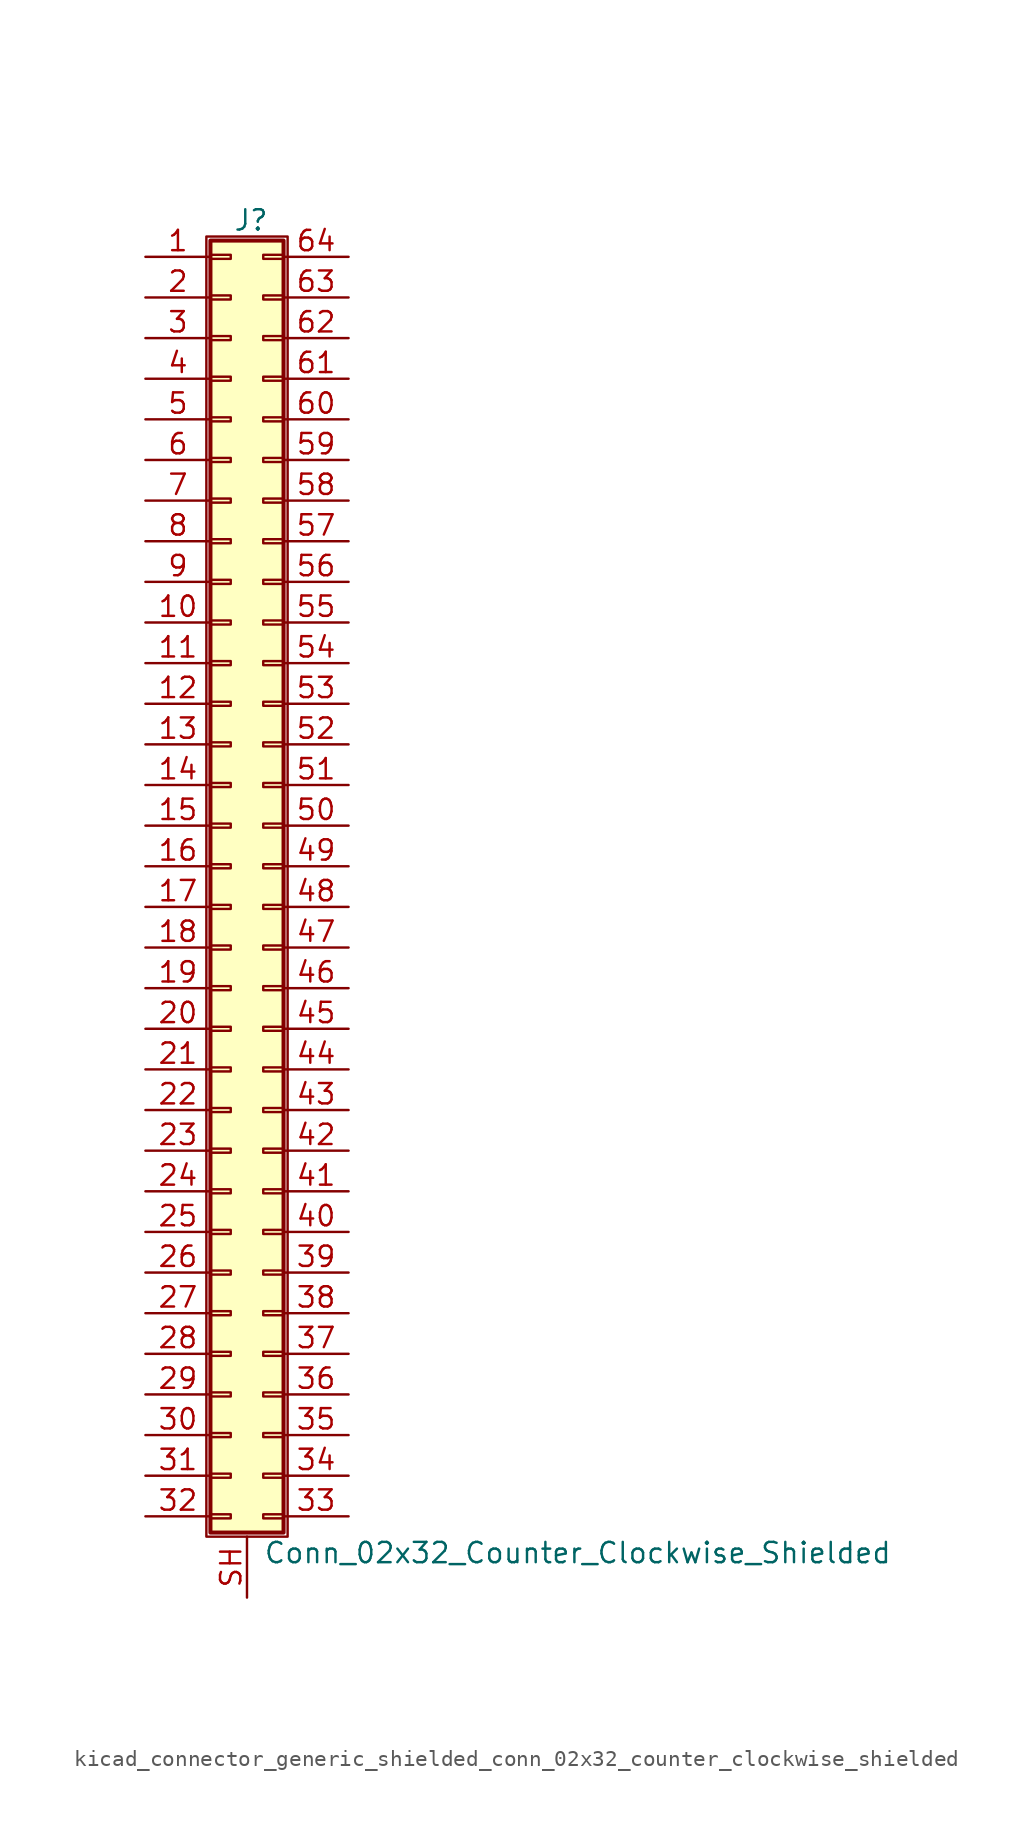
<source format=kicad_sym>
(kicad_symbol_lib
  (version 20220914)
  (generator kicad_symbol_editor)
  (symbol "kicad_connector_generic_shielded_conn_02x32_counter_clockwise_shielded"
    (pin_names
      (offset 1.016) hide)
    (property "Reference" "J"
      (at 1.524 40.386 0)
      (effects (font (size 1.27 1.27))))
    (property "Value" "Conn_02x32_Counter_Clockwise_Shielded"
      (at 2.286 -42.926 0)
      (effects (font (size 1.27 1.27)) (justify left)))
    (symbol "kicad_connector_generic_shielded_conn_02x32_counter_clockwise_shielded_1_1"
      (rectangle (start -1.27 39.37) (end 3.81 -41.91) (stroke (width 0.152) (type default)) (fill (type none)))
      (rectangle (start -1.016 -40.513) (end 0.254 -40.767) (stroke (width 0.152) (type default)) (fill (type none)))
      (rectangle (start -1.016 -37.973) (end 0.254 -38.227) (stroke (width 0.152) (type default)) (fill (type none)))
      (rectangle (start -1.016 -35.433) (end 0.254 -35.687) (stroke (width 0.152) (type default)) (fill (type none)))
      (rectangle (start -1.016 -32.893) (end 0.254 -33.147) (stroke (width 0.152) (type default)) (fill (type none)))
      (rectangle (start -1.016 -30.353) (end 0.254 -30.607) (stroke (width 0.152) (type default)) (fill (type none)))
      (rectangle (start -1.016 -27.813) (end 0.254 -28.067) (stroke (width 0.152) (type default)) (fill (type none)))
      (rectangle (start -1.016 -25.273) (end 0.254 -25.527) (stroke (width 0.152) (type default)) (fill (type none)))
      (rectangle (start -1.016 -22.733) (end 0.254 -22.987) (stroke (width 0.152) (type default)) (fill (type none)))
      (rectangle (start -1.016 -20.193) (end 0.254 -20.447) (stroke (width 0.152) (type default)) (fill (type none)))
      (rectangle (start -1.016 -17.653) (end 0.254 -17.907) (stroke (width 0.152) (type default)) (fill (type none)))
      (rectangle (start -1.016 -15.113) (end 0.254 -15.367) (stroke (width 0.152) (type default)) (fill (type none)))
      (rectangle (start -1.016 -12.573) (end 0.254 -12.827) (stroke (width 0.152) (type default)) (fill (type none)))
      (rectangle (start -1.016 -10.033) (end 0.254 -10.287) (stroke (width 0.152) (type default)) (fill (type none)))
      (rectangle (start -1.016 -7.493) (end 0.254 -7.747) (stroke (width 0.152) (type default)) (fill (type none)))
      (rectangle (start -1.016 -4.953) (end 0.254 -5.207) (stroke (width 0.152) (type default)) (fill (type none)))
      (rectangle (start -1.016 -2.413) (end 0.254 -2.667) (stroke (width 0.152) (type default)) (fill (type none)))
      (rectangle (start -1.016 0.127) (end 0.254 -0.127) (stroke (width 0.152) (type default)) (fill (type none)))
      (rectangle (start -1.016 2.667) (end 0.254 2.413) (stroke (width 0.152) (type default)) (fill (type none)))
      (rectangle (start -1.016 5.207) (end 0.254 4.953) (stroke (width 0.152) (type default)) (fill (type none)))
      (rectangle (start -1.016 7.747) (end 0.254 7.493) (stroke (width 0.152) (type default)) (fill (type none)))
      (rectangle (start -1.016 10.287) (end 0.254 10.033) (stroke (width 0.152) (type default)) (fill (type none)))
      (rectangle (start -1.016 12.827) (end 0.254 12.573) (stroke (width 0.152) (type default)) (fill (type none)))
      (rectangle (start -1.016 15.367) (end 0.254 15.113) (stroke (width 0.152) (type default)) (fill (type none)))
      (rectangle (start -1.016 17.907) (end 0.254 17.653) (stroke (width 0.152) (type default)) (fill (type none)))
      (rectangle (start -1.016 20.447) (end 0.254 20.193) (stroke (width 0.152) (type default)) (fill (type none)))
      (rectangle (start -1.016 22.987) (end 0.254 22.733) (stroke (width 0.152) (type default)) (fill (type none)))
      (rectangle (start -1.016 25.527) (end 0.254 25.273) (stroke (width 0.152) (type default)) (fill (type none)))
      (rectangle (start -1.016 28.067) (end 0.254 27.813) (stroke (width 0.152) (type default)) (fill (type none)))
      (rectangle (start -1.016 30.607) (end 0.254 30.353) (stroke (width 0.152) (type default)) (fill (type none)))
      (rectangle (start -1.016 33.147) (end 0.254 32.893) (stroke (width 0.152) (type default)) (fill (type none)))
      (rectangle (start -1.016 35.687) (end 0.254 35.433) (stroke (width 0.152) (type default)) (fill (type none)))
      (rectangle (start -1.016 38.227) (end 0.254 37.973) (stroke (width 0.152) (type default)) (fill (type none)))
      (rectangle (start -1.016 39.116) (end 3.556 -41.656) (stroke (width 0.254) (type default)) (fill (type background)))
      (rectangle (start 3.556 -40.513) (end 2.286 -40.767) (stroke (width 0.152) (type default)) (fill (type none)))
      (rectangle (start 3.556 -37.973) (end 2.286 -38.227) (stroke (width 0.152) (type default)) (fill (type none)))
      (rectangle (start 3.556 -35.433) (end 2.286 -35.687) (stroke (width 0.152) (type default)) (fill (type none)))
      (rectangle (start 3.556 -32.893) (end 2.286 -33.147) (stroke (width 0.152) (type default)) (fill (type none)))
      (rectangle (start 3.556 -30.353) (end 2.286 -30.607) (stroke (width 0.152) (type default)) (fill (type none)))
      (rectangle (start 3.556 -27.813) (end 2.286 -28.067) (stroke (width 0.152) (type default)) (fill (type none)))
      (rectangle (start 3.556 -25.273) (end 2.286 -25.527) (stroke (width 0.152) (type default)) (fill (type none)))
      (rectangle (start 3.556 -22.733) (end 2.286 -22.987) (stroke (width 0.152) (type default)) (fill (type none)))
      (rectangle (start 3.556 -20.193) (end 2.286 -20.447) (stroke (width 0.152) (type default)) (fill (type none)))
      (rectangle (start 3.556 -17.653) (end 2.286 -17.907) (stroke (width 0.152) (type default)) (fill (type none)))
      (rectangle (start 3.556 -15.113) (end 2.286 -15.367) (stroke (width 0.152) (type default)) (fill (type none)))
      (rectangle (start 3.556 -12.573) (end 2.286 -12.827) (stroke (width 0.152) (type default)) (fill (type none)))
      (rectangle (start 3.556 -10.033) (end 2.286 -10.287) (stroke (width 0.152) (type default)) (fill (type none)))
      (rectangle (start 3.556 -7.493) (end 2.286 -7.747) (stroke (width 0.152) (type default)) (fill (type none)))
      (rectangle (start 3.556 -4.953) (end 2.286 -5.207) (stroke (width 0.152) (type default)) (fill (type none)))
      (rectangle (start 3.556 -2.413) (end 2.286 -2.667) (stroke (width 0.152) (type default)) (fill (type none)))
      (rectangle (start 3.556 0.127) (end 2.286 -0.127) (stroke (width 0.152) (type default)) (fill (type none)))
      (rectangle (start 3.556 2.667) (end 2.286 2.413) (stroke (width 0.152) (type default)) (fill (type none)))
      (rectangle (start 3.556 5.207) (end 2.286 4.953) (stroke (width 0.152) (type default)) (fill (type none)))
      (rectangle (start 3.556 7.747) (end 2.286 7.493) (stroke (width 0.152) (type default)) (fill (type none)))
      (rectangle (start 3.556 10.287) (end 2.286 10.033) (stroke (width 0.152) (type default)) (fill (type none)))
      (rectangle (start 3.556 12.827) (end 2.286 12.573) (stroke (width 0.152) (type default)) (fill (type none)))
      (rectangle (start 3.556 15.367) (end 2.286 15.113) (stroke (width 0.152) (type default)) (fill (type none)))
      (rectangle (start 3.556 17.907) (end 2.286 17.653) (stroke (width 0.152) (type default)) (fill (type none)))
      (rectangle (start 3.556 20.447) (end 2.286 20.193) (stroke (width 0.152) (type default)) (fill (type none)))
      (rectangle (start 3.556 22.987) (end 2.286 22.733) (stroke (width 0.152) (type default)) (fill (type none)))
      (rectangle (start 3.556 25.527) (end 2.286 25.273) (stroke (width 0.152) (type default)) (fill (type none)))
      (rectangle (start 3.556 28.067) (end 2.286 27.813) (stroke (width 0.152) (type default)) (fill (type none)))
      (rectangle (start 3.556 30.607) (end 2.286 30.353) (stroke (width 0.152) (type default)) (fill (type none)))
      (rectangle (start 3.556 33.147) (end 2.286 32.893) (stroke (width 0.152) (type default)) (fill (type none)))
      (rectangle (start 3.556 35.687) (end 2.286 35.433) (stroke (width 0.152) (type default)) (fill (type none)))
      (rectangle (start 3.556 38.227) (end 2.286 37.973) (stroke (width 0.152) (type default)) (fill (type none)))
      (pin passive line (at -5.08 38.1 0) (length 4.064) (name "Pin_1" (effects (font (size 1.27 1.27)))) (number "1" (effects (font (size 1.27 1.27)))))
      (pin passive line (at -5.08 15.24 0) (length 4.064) (name "Pin_10" (effects (font (size 1.27 1.27)))) (number "10" (effects (font (size 1.27 1.27)))))
      (pin passive line (at -5.08 12.7 0) (length 4.064) (name "Pin_11" (effects (font (size 1.27 1.27)))) (number "11" (effects (font (size 1.27 1.27)))))
      (pin passive line (at -5.08 10.16 0) (length 4.064) (name "Pin_12" (effects (font (size 1.27 1.27)))) (number "12" (effects (font (size 1.27 1.27)))))
      (pin passive line (at -5.08 7.62 0) (length 4.064) (name "Pin_13" (effects (font (size 1.27 1.27)))) (number "13" (effects (font (size 1.27 1.27)))))
      (pin passive line (at -5.08 5.08 0) (length 4.064) (name "Pin_14" (effects (font (size 1.27 1.27)))) (number "14" (effects (font (size 1.27 1.27)))))
      (pin passive line (at -5.08 2.54 0) (length 4.064) (name "Pin_15" (effects (font (size 1.27 1.27)))) (number "15" (effects (font (size 1.27 1.27)))))
      (pin passive line (at -5.08 0 0) (length 4.064) (name "Pin_16" (effects (font (size 1.27 1.27)))) (number "16" (effects (font (size 1.27 1.27)))))
      (pin passive line (at -5.08 -2.54 0) (length 4.064) (name "Pin_17" (effects (font (size 1.27 1.27)))) (number "17" (effects (font (size 1.27 1.27)))))
      (pin passive line (at -5.08 -5.08 0) (length 4.064) (name "Pin_18" (effects (font (size 1.27 1.27)))) (number "18" (effects (font (size 1.27 1.27)))))
      (pin passive line (at -5.08 -7.62 0) (length 4.064) (name "Pin_19" (effects (font (size 1.27 1.27)))) (number "19" (effects (font (size 1.27 1.27)))))
      (pin passive line (at -5.08 35.56 0) (length 4.064) (name "Pin_2" (effects (font (size 1.27 1.27)))) (number "2" (effects (font (size 1.27 1.27)))))
      (pin passive line (at -5.08 -10.16 0) (length 4.064) (name "Pin_20" (effects (font (size 1.27 1.27)))) (number "20" (effects (font (size 1.27 1.27)))))
      (pin passive line (at -5.08 -12.7 0) (length 4.064) (name "Pin_21" (effects (font (size 1.27 1.27)))) (number "21" (effects (font (size 1.27 1.27)))))
      (pin passive line (at -5.08 -15.24 0) (length 4.064) (name "Pin_22" (effects (font (size 1.27 1.27)))) (number "22" (effects (font (size 1.27 1.27)))))
      (pin passive line (at -5.08 -17.78 0) (length 4.064) (name "Pin_23" (effects (font (size 1.27 1.27)))) (number "23" (effects (font (size 1.27 1.27)))))
      (pin passive line (at -5.08 -20.32 0) (length 4.064) (name "Pin_24" (effects (font (size 1.27 1.27)))) (number "24" (effects (font (size 1.27 1.27)))))
      (pin passive line (at -5.08 -22.86 0) (length 4.064) (name "Pin_25" (effects (font (size 1.27 1.27)))) (number "25" (effects (font (size 1.27 1.27)))))
      (pin passive line (at -5.08 -25.4 0) (length 4.064) (name "Pin_26" (effects (font (size 1.27 1.27)))) (number "26" (effects (font (size 1.27 1.27)))))
      (pin passive line (at -5.08 -27.94 0) (length 4.064) (name "Pin_27" (effects (font (size 1.27 1.27)))) (number "27" (effects (font (size 1.27 1.27)))))
      (pin passive line (at -5.08 -30.48 0) (length 4.064) (name "Pin_28" (effects (font (size 1.27 1.27)))) (number "28" (effects (font (size 1.27 1.27)))))
      (pin passive line (at -5.08 -33.02 0) (length 4.064) (name "Pin_29" (effects (font (size 1.27 1.27)))) (number "29" (effects (font (size 1.27 1.27)))))
      (pin passive line (at -5.08 33.02 0) (length 4.064) (name "Pin_3" (effects (font (size 1.27 1.27)))) (number "3" (effects (font (size 1.27 1.27)))))
      (pin passive line (at -5.08 -35.56 0) (length 4.064) (name "Pin_30" (effects (font (size 1.27 1.27)))) (number "30" (effects (font (size 1.27 1.27)))))
      (pin passive line (at -5.08 -38.1 0) (length 4.064) (name "Pin_31" (effects (font (size 1.27 1.27)))) (number "31" (effects (font (size 1.27 1.27)))))
      (pin passive line (at -5.08 -40.64 0) (length 4.064) (name "Pin_32" (effects (font (size 1.27 1.27)))) (number "32" (effects (font (size 1.27 1.27)))))
      (pin passive line (at 7.62 -40.64 180) (length 4.064) (name "Pin_33" (effects (font (size 1.27 1.27)))) (number "33" (effects (font (size 1.27 1.27)))))
      (pin passive line (at 7.62 -38.1 180) (length 4.064) (name "Pin_34" (effects (font (size 1.27 1.27)))) (number "34" (effects (font (size 1.27 1.27)))))
      (pin passive line (at 7.62 -35.56 180) (length 4.064) (name "Pin_35" (effects (font (size 1.27 1.27)))) (number "35" (effects (font (size 1.27 1.27)))))
      (pin passive line (at 7.62 -33.02 180) (length 4.064) (name "Pin_36" (effects (font (size 1.27 1.27)))) (number "36" (effects (font (size 1.27 1.27)))))
      (pin passive line (at 7.62 -30.48 180) (length 4.064) (name "Pin_37" (effects (font (size 1.27 1.27)))) (number "37" (effects (font (size 1.27 1.27)))))
      (pin passive line (at 7.62 -27.94 180) (length 4.064) (name "Pin_38" (effects (font (size 1.27 1.27)))) (number "38" (effects (font (size 1.27 1.27)))))
      (pin passive line (at 7.62 -25.4 180) (length 4.064) (name "Pin_39" (effects (font (size 1.27 1.27)))) (number "39" (effects (font (size 1.27 1.27)))))
      (pin passive line (at -5.08 30.48 0) (length 4.064) (name "Pin_4" (effects (font (size 1.27 1.27)))) (number "4" (effects (font (size 1.27 1.27)))))
      (pin passive line (at 7.62 -22.86 180) (length 4.064) (name "Pin_40" (effects (font (size 1.27 1.27)))) (number "40" (effects (font (size 1.27 1.27)))))
      (pin passive line (at 7.62 -20.32 180) (length 4.064) (name "Pin_41" (effects (font (size 1.27 1.27)))) (number "41" (effects (font (size 1.27 1.27)))))
      (pin passive line (at 7.62 -17.78 180) (length 4.064) (name "Pin_42" (effects (font (size 1.27 1.27)))) (number "42" (effects (font (size 1.27 1.27)))))
      (pin passive line (at 7.62 -15.24 180) (length 4.064) (name "Pin_43" (effects (font (size 1.27 1.27)))) (number "43" (effects (font (size 1.27 1.27)))))
      (pin passive line (at 7.62 -12.7 180) (length 4.064) (name "Pin_44" (effects (font (size 1.27 1.27)))) (number "44" (effects (font (size 1.27 1.27)))))
      (pin passive line (at 7.62 -10.16 180) (length 4.064) (name "Pin_45" (effects (font (size 1.27 1.27)))) (number "45" (effects (font (size 1.27 1.27)))))
      (pin passive line (at 7.62 -7.62 180) (length 4.064) (name "Pin_46" (effects (font (size 1.27 1.27)))) (number "46" (effects (font (size 1.27 1.27)))))
      (pin passive line (at 7.62 -5.08 180) (length 4.064) (name "Pin_47" (effects (font (size 1.27 1.27)))) (number "47" (effects (font (size 1.27 1.27)))))
      (pin passive line (at 7.62 -2.54 180) (length 4.064) (name "Pin_48" (effects (font (size 1.27 1.27)))) (number "48" (effects (font (size 1.27 1.27)))))
      (pin passive line (at 7.62 0 180) (length 4.064) (name "Pin_49" (effects (font (size 1.27 1.27)))) (number "49" (effects (font (size 1.27 1.27)))))
      (pin passive line (at -5.08 27.94 0) (length 4.064) (name "Pin_5" (effects (font (size 1.27 1.27)))) (number "5" (effects (font (size 1.27 1.27)))))
      (pin passive line (at 7.62 2.54 180) (length 4.064) (name "Pin_50" (effects (font (size 1.27 1.27)))) (number "50" (effects (font (size 1.27 1.27)))))
      (pin passive line (at 7.62 5.08 180) (length 4.064) (name "Pin_51" (effects (font (size 1.27 1.27)))) (number "51" (effects (font (size 1.27 1.27)))))
      (pin passive line (at 7.62 7.62 180) (length 4.064) (name "Pin_52" (effects (font (size 1.27 1.27)))) (number "52" (effects (font (size 1.27 1.27)))))
      (pin passive line (at 7.62 10.16 180) (length 4.064) (name "Pin_53" (effects (font (size 1.27 1.27)))) (number "53" (effects (font (size 1.27 1.27)))))
      (pin passive line (at 7.62 12.7 180) (length 4.064) (name "Pin_54" (effects (font (size 1.27 1.27)))) (number "54" (effects (font (size 1.27 1.27)))))
      (pin passive line (at 7.62 15.24 180) (length 4.064) (name "Pin_55" (effects (font (size 1.27 1.27)))) (number "55" (effects (font (size 1.27 1.27)))))
      (pin passive line (at 7.62 17.78 180) (length 4.064) (name "Pin_56" (effects (font (size 1.27 1.27)))) (number "56" (effects (font (size 1.27 1.27)))))
      (pin passive line (at 7.62 20.32 180) (length 4.064) (name "Pin_57" (effects (font (size 1.27 1.27)))) (number "57" (effects (font (size 1.27 1.27)))))
      (pin passive line (at 7.62 22.86 180) (length 4.064) (name "Pin_58" (effects (font (size 1.27 1.27)))) (number "58" (effects (font (size 1.27 1.27)))))
      (pin passive line (at 7.62 25.4 180) (length 4.064) (name "Pin_59" (effects (font (size 1.27 1.27)))) (number "59" (effects (font (size 1.27 1.27)))))
      (pin passive line (at -5.08 25.4 0) (length 4.064) (name "Pin_6" (effects (font (size 1.27 1.27)))) (number "6" (effects (font (size 1.27 1.27)))))
      (pin passive line (at 7.62 27.94 180) (length 4.064) (name "Pin_60" (effects (font (size 1.27 1.27)))) (number "60" (effects (font (size 1.27 1.27)))))
      (pin passive line (at 7.62 30.48 180) (length 4.064) (name "Pin_61" (effects (font (size 1.27 1.27)))) (number "61" (effects (font (size 1.27 1.27)))))
      (pin passive line (at 7.62 33.02 180) (length 4.064) (name "Pin_62" (effects (font (size 1.27 1.27)))) (number "62" (effects (font (size 1.27 1.27)))))
      (pin passive line (at 7.62 35.56 180) (length 4.064) (name "Pin_63" (effects (font (size 1.27 1.27)))) (number "63" (effects (font (size 1.27 1.27)))))
      (pin passive line (at 7.62 38.1 180) (length 4.064) (name "Pin_64" (effects (font (size 1.27 1.27)))) (number "64" (effects (font (size 1.27 1.27)))))
      (pin passive line (at -5.08 22.86 0) (length 4.064) (name "Pin_7" (effects (font (size 1.27 1.27)))) (number "7" (effects (font (size 1.27 1.27)))))
      (pin passive line (at -5.08 20.32 0) (length 4.064) (name "Pin_8" (effects (font (size 1.27 1.27)))) (number "8" (effects (font (size 1.27 1.27)))))
      (pin passive line (at -5.08 17.78 0) (length 4.064) (name "Pin_9" (effects (font (size 1.27 1.27)))) (number "9" (effects (font (size 1.27 1.27)))))
      (pin passive line (at 1.27 -45.72 90) (length 3.81) (name "Shield" (effects (font (size 1.27 1.27)))) (number "SH" (effects (font (size 1.27 1.27))))))))
</source>
